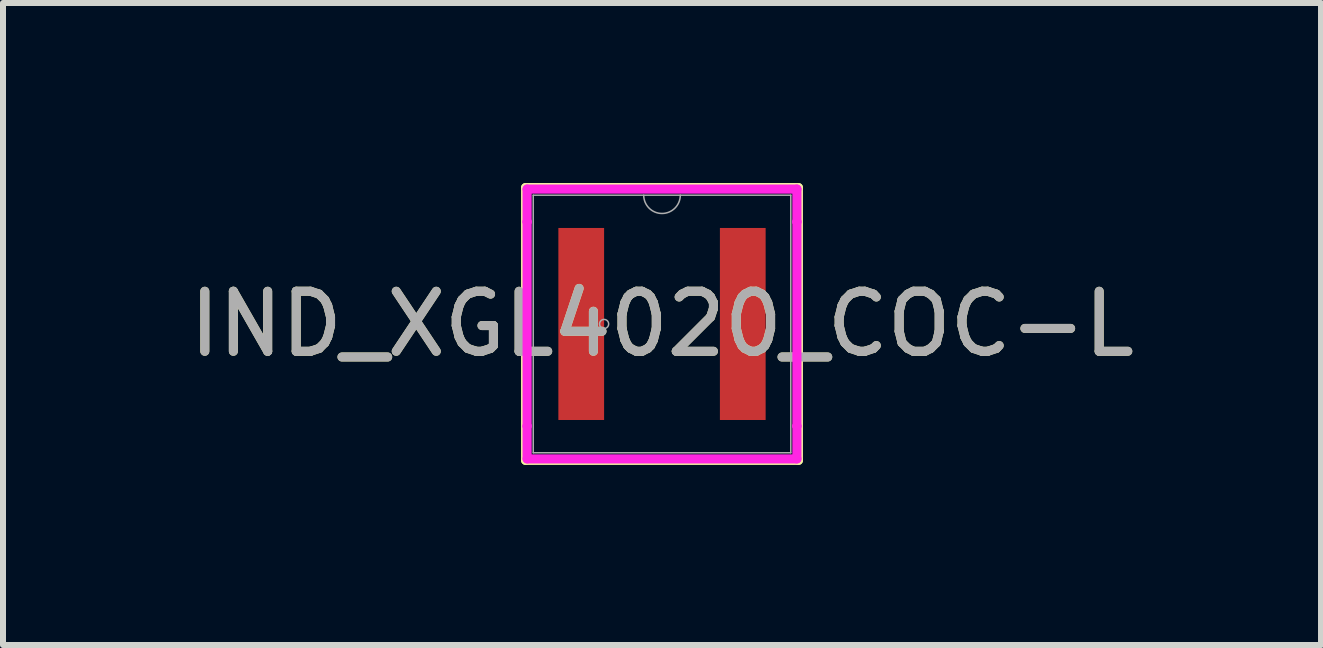
<source format=kicad_pcb>
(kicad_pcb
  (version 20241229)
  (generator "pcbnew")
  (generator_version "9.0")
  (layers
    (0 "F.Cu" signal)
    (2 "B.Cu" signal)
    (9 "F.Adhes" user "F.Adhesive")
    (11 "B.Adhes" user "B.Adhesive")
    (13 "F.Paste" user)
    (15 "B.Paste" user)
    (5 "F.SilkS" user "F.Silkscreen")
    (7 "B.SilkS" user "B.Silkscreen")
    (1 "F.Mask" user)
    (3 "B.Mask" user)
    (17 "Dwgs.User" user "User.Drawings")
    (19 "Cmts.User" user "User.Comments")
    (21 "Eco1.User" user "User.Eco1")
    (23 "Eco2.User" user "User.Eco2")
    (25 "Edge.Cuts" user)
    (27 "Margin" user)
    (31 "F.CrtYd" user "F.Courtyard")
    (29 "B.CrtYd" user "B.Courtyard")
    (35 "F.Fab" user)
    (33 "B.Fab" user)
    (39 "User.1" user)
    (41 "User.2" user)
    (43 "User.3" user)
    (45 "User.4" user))
  (footprint "IND_XGL4020_COC-L"
    (layer "F.Cu")
    (at 7.982 2.349)
    (property "Reference" "IND_XGL4020_COC-L" (at 0 0 0) (unlocked yes) (layer "F.SilkS") (effects (font (size 1 1) (thickness 0.15))))
    (attr smd)
    (fp_line (start -2.273 -2.273) (end -2.273 2.273) (stroke (width 0.152) (type solid)) (layer "F.SilkS"))
    (fp_line (start -2.273 2.273) (end 2.273 2.273) (stroke (width 0.152) (type solid)) (layer "F.SilkS"))
    (fp_line (start 2.273 -2.273) (end -2.273 -2.273) (stroke (width 0.152) (type solid)) (layer "F.SilkS"))
    (fp_line (start 2.273 2.273) (end 2.273 -2.273) (stroke (width 0.152) (type solid)) (layer "F.SilkS"))
    (fp_line (start -2.248 -2.248) (end 2.248 -2.248) (stroke (width 0.152) (type solid)) (layer "F.CrtYd"))
    (fp_line (start -2.248 -1.702) (end -2.248 -2.248) (stroke (width 0.152) (type solid)) (layer "F.CrtYd"))
    (fp_line (start -2.248 -1.702) (end -2.248 -1.702) (stroke (width 0.152) (type solid)) (layer "F.CrtYd"))
    (fp_line (start -2.248 1.702) (end -2.248 -1.702) (stroke (width 0.152) (type solid)) (layer "F.CrtYd"))
    (fp_line (start -2.248 1.702) (end -2.248 1.702) (stroke (width 0.152) (type solid)) (layer "F.CrtYd"))
    (fp_line (start -2.248 2.248) (end -2.248 1.702) (stroke (width 0.152) (type solid)) (layer "F.CrtYd"))
    (fp_line (start 2.248 -2.248) (end 2.248 -1.702) (stroke (width 0.152) (type solid)) (layer "F.CrtYd"))
    (fp_line (start 2.248 -1.702) (end 2.248 -1.702) (stroke (width 0.152) (type solid)) (layer "F.CrtYd"))
    (fp_line (start 2.248 -1.702) (end 2.248 1.702) (stroke (width 0.152) (type solid)) (layer "F.CrtYd"))
    (fp_line (start 2.248 1.702) (end 2.248 1.702) (stroke (width 0.152) (type solid)) (layer "F.CrtYd"))
    (fp_line (start 2.248 1.702) (end 2.248 2.248) (stroke (width 0.152) (type solid)) (layer "F.CrtYd"))
    (fp_line (start 2.248 2.248) (end -2.248 2.248) (stroke (width 0.152) (type solid)) (layer "F.CrtYd"))
    (fp_line (start -2.146 -2.146) (end -2.146 2.146) (stroke (width 0.025) (type solid)) (layer "F.Fab"))
    (fp_line (start -2.146 2.146) (end 2.146 2.146) (stroke (width 0.025) (type solid)) (layer "F.Fab"))
    (fp_line (start 2.146 -2.146) (end -2.146 -2.146) (stroke (width 0.025) (type solid)) (layer "F.Fab"))
    (fp_line (start 2.146 2.146) (end 2.146 -2.146) (stroke (width 0.025) (type solid)) (layer "F.Fab"))
    (fp_arc (start 0.3048 -2.1463) (mid 0 -1.8415) (end -0.3048 -2.1463) (stroke (width 0.0254) (type solid)) (layer "F.Fab"))
    (fp_circle (center -0.965 0) (end -0.889 0) (stroke (width 0.025) (type solid)) (fill no) (layer "F.Fab"))
    (fp_text user "${REFERENCE}" (at 0 0 0) (unlocked yes) (layer "F.Fab") (effects (font (size 1 1) (thickness 0.15))))
    (pad "1" smd rect (at -1.346 0) (size 0.762 3.2) (layers "F.Cu" "F.Mask" "F.Paste"))
    (pad "2" smd rect (at 1.346 0) (size 0.762 3.2) (layers "F.Cu" "F.Mask" "F.Paste")))
  (gr_rect
    (start -3 -3)
    (end 18.964 7.699)
    (stroke (width 0.1) (type default))
    (fill no)
    (layer "Edge.Cuts")))
</source>
